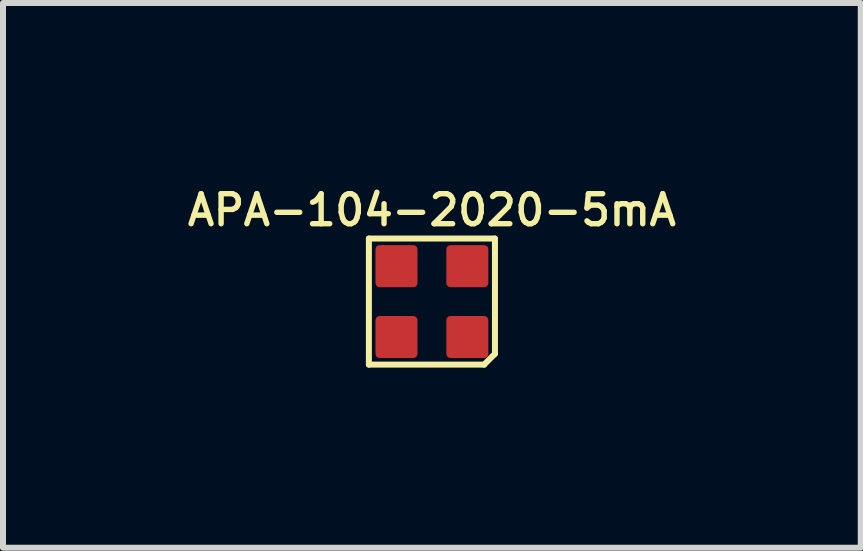
<source format=kicad_pcb>
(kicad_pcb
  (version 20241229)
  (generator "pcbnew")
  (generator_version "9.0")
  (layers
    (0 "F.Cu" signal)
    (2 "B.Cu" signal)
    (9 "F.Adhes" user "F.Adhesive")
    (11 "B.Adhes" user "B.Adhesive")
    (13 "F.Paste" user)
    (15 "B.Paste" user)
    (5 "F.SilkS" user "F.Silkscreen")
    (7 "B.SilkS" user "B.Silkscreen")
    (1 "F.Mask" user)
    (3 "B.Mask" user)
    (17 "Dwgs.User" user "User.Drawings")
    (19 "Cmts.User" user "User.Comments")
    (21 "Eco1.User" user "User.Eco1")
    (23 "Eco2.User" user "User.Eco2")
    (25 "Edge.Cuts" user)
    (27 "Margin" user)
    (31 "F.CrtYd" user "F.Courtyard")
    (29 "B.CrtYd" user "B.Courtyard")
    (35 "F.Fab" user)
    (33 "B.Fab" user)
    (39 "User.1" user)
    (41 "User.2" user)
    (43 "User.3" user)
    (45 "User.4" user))
  (footprint "APA-104-2020-5mA"
    (layer "F.Cu")
    (at 4.145 1.974)
    (property "Reference" "APA-104-2020-5mA" (at 0 -1.524 0) (layer "F.SilkS") (effects (font (size 0.5 0.5) (thickness 0.09))))
    (attr through_hole)
    (fp_line (start -1.05 -1.05) (end -1.05 1.05) (stroke (width 0.1) (type solid)) (layer "F.SilkS"))
    (fp_line (start -1.05 1.05) (end 0.87 1.05) (stroke (width 0.1) (type solid)) (layer "F.SilkS"))
    (fp_line (start 1.05 -1.05) (end -1.05 -1.05) (stroke (width 0.1) (type solid)) (layer "F.SilkS"))
    (fp_line (start 1.05 0.87) (end 0.87 1.05) (stroke (width 0.1) (type solid)) (layer "F.SilkS"))
    (fp_line (start 1.05 0.87) (end 1.05 -1.05) (stroke (width 0.1) (type solid)) (layer "F.SilkS"))
    (pad "1" smd roundrect (at 0.59 0.59) (size 0.7 0.7) (layers "F.Cu" "F.Mask" "F.Paste") (roundrect_rratio 0.1))
    (pad "2" smd roundrect (at 0.59 -0.59) (size 0.7 0.7) (layers "F.Cu" "F.Mask" "F.Paste") (roundrect_rratio 0.1))
    (pad "3" smd roundrect (at -0.59 -0.59) (size 0.7 0.7) (layers "F.Cu" "F.Mask" "F.Paste") (roundrect_rratio 0.1))
    (pad "4" smd roundrect (at -0.59 0.59) (size 0.7 0.7) (layers "F.Cu" "F.Mask" "F.Paste") (roundrect_rratio 0.1)))
  (gr_rect
    (start -3 -3)
    (end 11.289 6.074)
    (stroke (width 0.1) (type default))
    (fill no)
    (layer "Edge.Cuts")))
</source>
